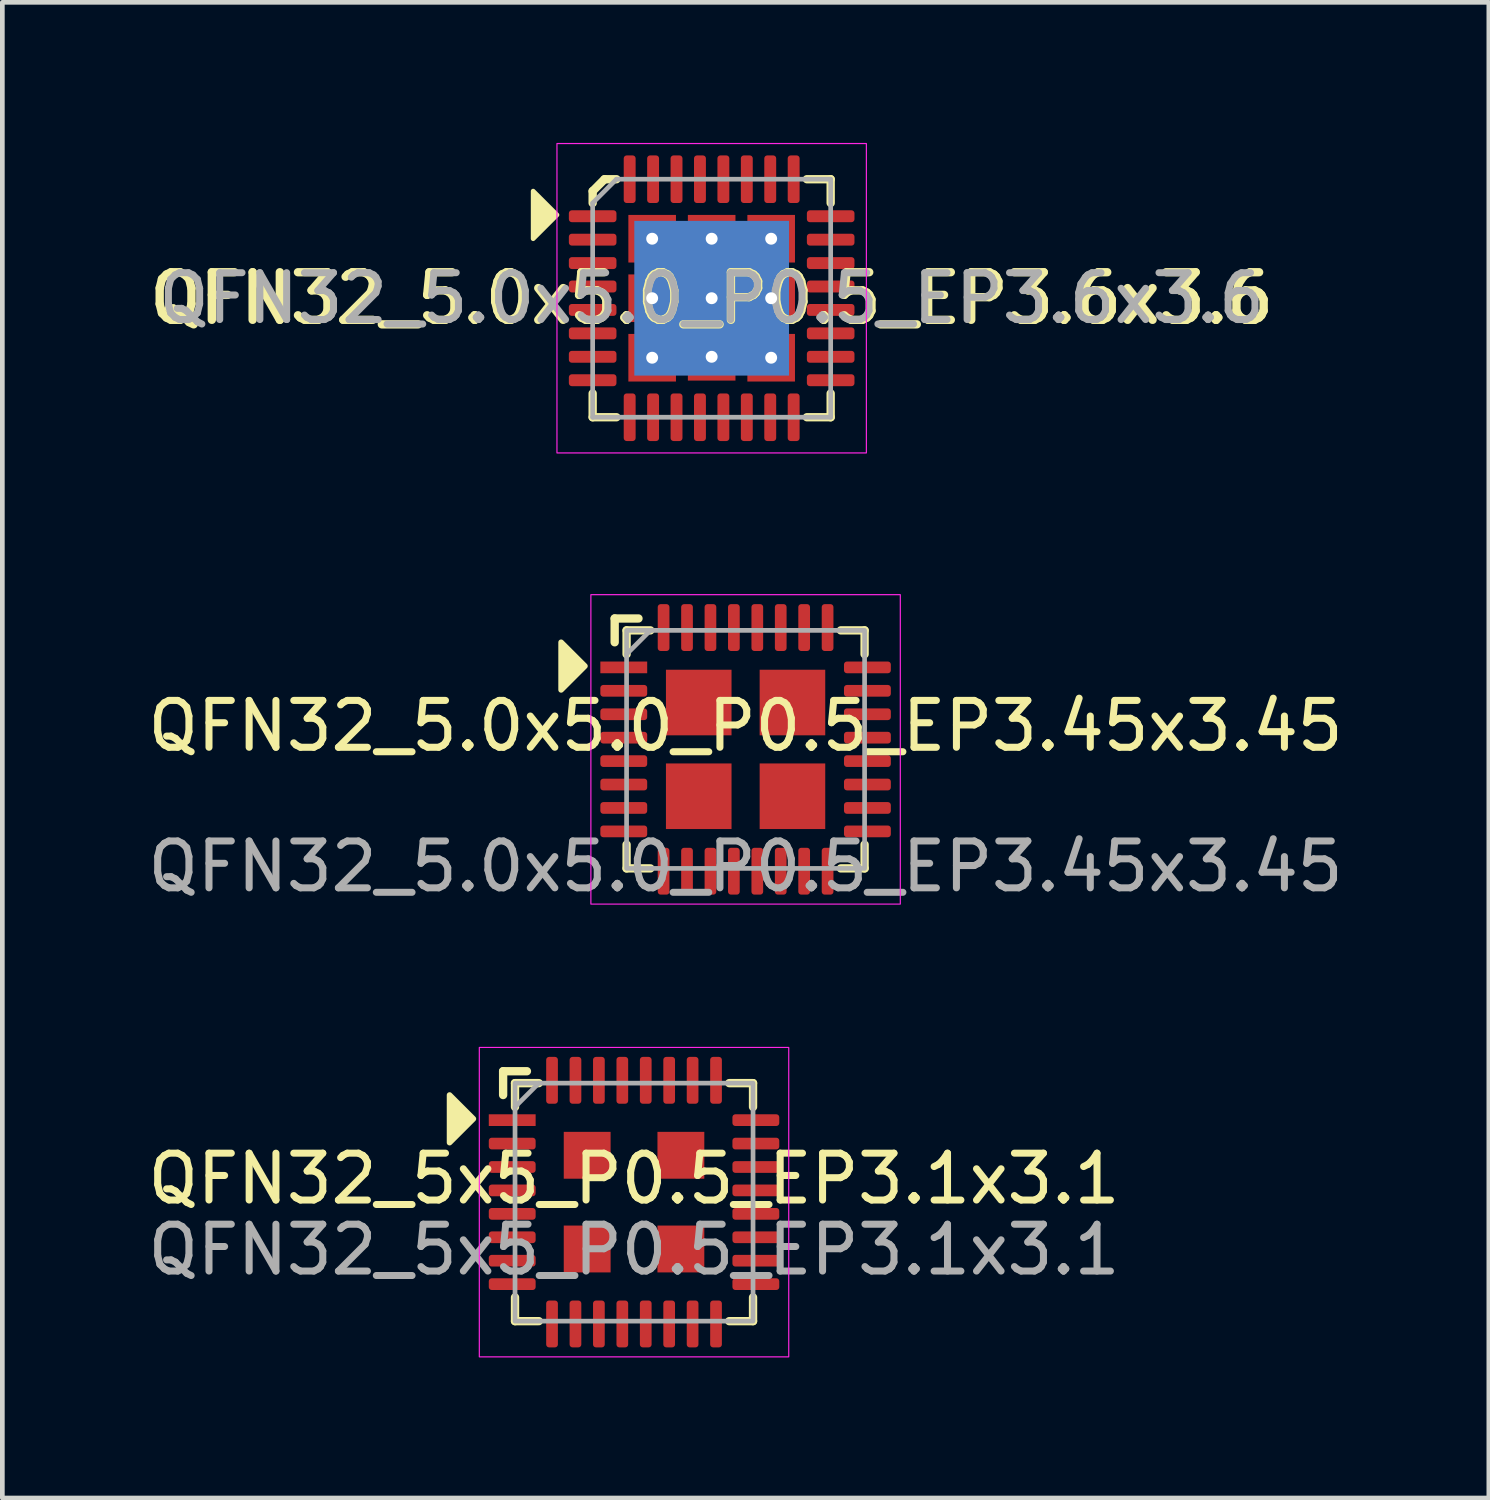
<source format=kicad_pcb>
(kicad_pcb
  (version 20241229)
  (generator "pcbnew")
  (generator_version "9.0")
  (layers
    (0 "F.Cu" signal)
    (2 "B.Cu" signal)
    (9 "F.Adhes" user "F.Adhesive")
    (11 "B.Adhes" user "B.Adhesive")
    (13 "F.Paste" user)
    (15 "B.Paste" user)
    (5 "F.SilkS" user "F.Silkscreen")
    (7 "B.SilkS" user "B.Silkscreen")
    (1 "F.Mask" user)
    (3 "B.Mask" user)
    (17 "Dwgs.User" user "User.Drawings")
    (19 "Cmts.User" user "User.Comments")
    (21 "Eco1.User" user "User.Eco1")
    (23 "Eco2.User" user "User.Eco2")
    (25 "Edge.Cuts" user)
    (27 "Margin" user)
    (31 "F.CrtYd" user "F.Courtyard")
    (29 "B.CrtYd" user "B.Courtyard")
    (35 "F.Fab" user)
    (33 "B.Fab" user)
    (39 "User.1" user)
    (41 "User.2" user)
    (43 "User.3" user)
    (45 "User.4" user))
  (footprint "QFN32_5x5_P0.5_EP3.1x3.1"
    (layer "F.Cu")
    (at 10.482 22.607)
    (property "Reference" "QFN32_5x5_P0.5_EP3.1x3.1" (at 0 -0.5 0) (unlocked yes) (layer "F.SilkS") (effects (font (size 1 1) (thickness 0.15))))
    (fp_line (start -2.794 -2.794) (end -2.286 -2.794) (stroke (width 0.178) (type solid)) (layer "F.SilkS"))
    (fp_line (start -2.794 -2.286) (end -2.794 -2.794) (stroke (width 0.178) (type solid)) (layer "F.SilkS"))
    (fp_line (start -2.54 -2.54) (end -2.032 -2.54) (stroke (width 0.178) (type solid)) (layer "F.SilkS"))
    (fp_line (start -2.54 -2.032) (end -2.54 -2.54) (stroke (width 0.178) (type solid)) (layer "F.SilkS"))
    (fp_line (start -2.54 2.54) (end -2.54 2.032) (stroke (width 0.178) (type solid)) (layer "F.SilkS"))
    (fp_line (start -2.032 2.54) (end -2.54 2.54) (stroke (width 0.178) (type solid)) (layer "F.SilkS"))
    (fp_line (start 2.032 -2.54) (end 2.54 -2.54) (stroke (width 0.178) (type solid)) (layer "F.SilkS"))
    (fp_line (start 2.54 -2.54) (end 2.54 -2.032) (stroke (width 0.178) (type solid)) (layer "F.SilkS"))
    (fp_line (start 2.54 2.032) (end 2.54 2.54) (stroke (width 0.178) (type solid)) (layer "F.SilkS"))
    (fp_line (start 2.54 2.54) (end 2.032 2.54) (stroke (width 0.178) (type solid)) (layer "F.SilkS"))
    (fp_poly (pts (xy -3.429 -1.778) (xy -3.937 -1.27) (xy -3.937 -2.286)) (stroke (width 0.12) (type solid)) (fill yes) (layer "F.SilkS"))
    (fp_rect (start -3.302 -3.302) (end 3.302 3.302) (stroke (width 0.025) (type solid)) (fill no) (layer "F.CrtYd"))
    (fp_line (start -2.54 -2.032) (end -2.032 -2.54) (stroke (width 0.1) (type solid)) (layer "F.Fab"))
    (fp_rect (start -2.54 -2.54) (end 2.54 2.54) (stroke (width 0.1) (type solid)) (fill no) (layer "F.Fab"))
    (fp_text user "${REFERENCE}" (at 0 1.016 0) (unlocked yes) (layer "F.Fab") (effects (font (size 1 1) (thickness 0.15))))
    (pad "1" smd rect (at -2.6 -1.75) (size 1 0.25) (layers "F.Cu" "F.Mask" "F.Paste"))
    (pad "2" smd roundrect (at -2.6 -1.25) (size 1 0.25) (layers "F.Cu" "F.Mask" "F.Paste") (roundrect_rratio 0.25))
    (pad "3" smd roundrect (at -2.6 -0.75) (size 1 0.25) (layers "F.Cu" "F.Mask" "F.Paste") (roundrect_rratio 0.25))
    (pad "4" smd roundrect (at -2.6 -0.25) (size 1 0.25) (layers "F.Cu" "F.Mask" "F.Paste") (roundrect_rratio 0.25))
    (pad "5" smd roundrect (at -2.6 0.25) (size 1 0.25) (layers "F.Cu" "F.Mask" "F.Paste") (roundrect_rratio 0.25))
    (pad "6" smd roundrect (at -2.6 0.75) (size 1 0.25) (layers "F.Cu" "F.Mask" "F.Paste") (roundrect_rratio 0.25))
    (pad "7" smd roundrect (at -2.6 1.25) (size 1 0.25) (layers "F.Cu" "F.Mask" "F.Paste") (roundrect_rratio 0.25))
    (pad "8" smd roundrect (at -2.6 1.75) (size 1 0.25) (layers "F.Cu" "F.Mask" "F.Paste") (roundrect_rratio 0.25))
    (pad "9" smd roundrect (at -1.75 2.6) (size 0.25 1) (layers "F.Cu" "F.Mask" "F.Paste") (roundrect_rratio 0.25))
    (pad "10" smd roundrect (at -1.25 2.6) (size 0.25 1) (layers "F.Cu" "F.Mask" "F.Paste") (roundrect_rratio 0.25))
    (pad "11" smd roundrect (at -0.75 2.6) (size 0.25 1) (layers "F.Cu" "F.Mask" "F.Paste") (roundrect_rratio 0.25))
    (pad "12" smd roundrect (at -0.25 2.6) (size 0.25 1) (layers "F.Cu" "F.Mask" "F.Paste") (roundrect_rratio 0.25))
    (pad "13" smd roundrect (at 0.25 2.6) (size 0.25 1) (layers "F.Cu" "F.Mask" "F.Paste") (roundrect_rratio 0.25))
    (pad "14" smd roundrect (at 0.75 2.6) (size 0.25 1) (layers "F.Cu" "F.Mask" "F.Paste") (roundrect_rratio 0.25))
    (pad "15" smd roundrect (at 1.25 2.6) (size 0.25 1) (layers "F.Cu" "F.Mask" "F.Paste") (roundrect_rratio 0.25))
    (pad "16" smd roundrect (at 1.75 2.6) (size 0.25 1) (layers "F.Cu" "F.Mask" "F.Paste") (roundrect_rratio 0.25))
    (pad "17" smd roundrect (at 2.6 1.75) (size 1 0.25) (layers "F.Cu" "F.Mask" "F.Paste") (roundrect_rratio 0.25))
    (pad "18" smd roundrect (at 2.6 1.25) (size 1 0.25) (layers "F.Cu" "F.Mask" "F.Paste") (roundrect_rratio 0.25))
    (pad "19" smd roundrect (at 2.6 0.75) (size 1 0.25) (layers "F.Cu" "F.Mask" "F.Paste") (roundrect_rratio 0.25))
    (pad "20" smd roundrect (at 2.6 0.25) (size 1 0.25) (layers "F.Cu" "F.Mask" "F.Paste") (roundrect_rratio 0.25))
    (pad "21" smd roundrect (at 2.6 -0.25) (size 1 0.25) (layers "F.Cu" "F.Mask" "F.Paste") (roundrect_rratio 0.25))
    (pad "22" smd roundrect (at 2.6 -0.75) (size 1 0.25) (layers "F.Cu" "F.Mask" "F.Paste") (roundrect_rratio 0.25))
    (pad "23" smd roundrect (at 2.6 -1.25) (size 1 0.25) (layers "F.Cu" "F.Mask" "F.Paste") (roundrect_rratio 0.25))
    (pad "24" smd roundrect (at 2.6 -1.75) (size 1 0.25) (layers "F.Cu" "F.Mask" "F.Paste") (roundrect_rratio 0.25))
    (pad "25" smd roundrect (at 1.75 -2.6) (size 0.25 1) (layers "F.Cu" "F.Mask" "F.Paste") (roundrect_rratio 0.25))
    (pad "26" smd roundrect (at 1.25 -2.6) (size 0.25 1) (layers "F.Cu" "F.Mask" "F.Paste") (roundrect_rratio 0.25))
    (pad "27" smd roundrect (at 0.75 -2.6) (size 0.25 1) (layers "F.Cu" "F.Mask" "F.Paste") (roundrect_rratio 0.25))
    (pad "28" smd roundrect (at 0.25 -2.6) (size 0.25 1) (layers "F.Cu" "F.Mask" "F.Paste") (roundrect_rratio 0.25))
    (pad "29" smd roundrect (at -0.25 -2.6) (size 0.25 1) (layers "F.Cu" "F.Mask" "F.Paste") (roundrect_rratio 0.25))
    (pad "30" smd roundrect (at -0.75 -2.6) (size 0.25 1) (layers "F.Cu" "F.Mask" "F.Paste") (roundrect_rratio 0.25))
    (pad "31" smd roundrect (at -1.25 -2.6) (size 0.25 1) (layers "F.Cu" "F.Mask" "F.Paste") (roundrect_rratio 0.25))
    (pad "32" smd roundrect (at -1.75 -2.6) (size 0.25 1) (layers "F.Cu" "F.Mask" "F.Paste") (roundrect_rratio 0.25))
    (pad "33" smd rect (at -1 -1) (size 1 1) (layers "F.Cu" "F.Mask" "F.Paste"))
    (pad "33" smd rect (at -1 1) (size 1 1) (layers "F.Cu" "F.Mask" "F.Paste"))
    (pad "33" smd rect (at 1 -1) (size 1 1) (layers "F.Cu" "F.Mask" "F.Paste"))
    (pad "33" smd rect (at 1 1) (size 1 1) (layers "F.Cu" "F.Mask" "F.Paste")))
  (footprint "QFN32_5.0x5.0_P0.5_EP3.45x3.45"
    (layer "F.Cu")
    (at 12.863 12.944)
    (property "Reference" "QFN32_5.0x5.0_P0.5_EP3.45x3.45" (at 0 -0.5 0) (unlocked yes) (layer "F.SilkS") (effects (font (size 1 1) (thickness 0.15))))
    (fp_line (start -2.794 -2.794) (end -2.286 -2.794) (stroke (width 0.178) (type solid)) (layer "F.SilkS"))
    (fp_line (start -2.794 -2.286) (end -2.794 -2.794) (stroke (width 0.178) (type solid)) (layer "F.SilkS"))
    (fp_line (start -2.54 -2.54) (end -2.032 -2.54) (stroke (width 0.178) (type solid)) (layer "F.SilkS"))
    (fp_line (start -2.54 -2.032) (end -2.54 -2.54) (stroke (width 0.178) (type solid)) (layer "F.SilkS"))
    (fp_line (start -2.54 2.54) (end -2.54 2.032) (stroke (width 0.178) (type solid)) (layer "F.SilkS"))
    (fp_line (start -2.032 2.54) (end -2.54 2.54) (stroke (width 0.178) (type solid)) (layer "F.SilkS"))
    (fp_line (start 2.032 -2.54) (end 2.54 -2.54) (stroke (width 0.178) (type solid)) (layer "F.SilkS"))
    (fp_line (start 2.54 -2.54) (end 2.54 -2.032) (stroke (width 0.178) (type solid)) (layer "F.SilkS"))
    (fp_line (start 2.54 2.032) (end 2.54 2.54) (stroke (width 0.178) (type solid)) (layer "F.SilkS"))
    (fp_line (start 2.54 2.54) (end 2.032 2.54) (stroke (width 0.178) (type solid)) (layer "F.SilkS"))
    (fp_poly (pts (xy -3.429 -1.778) (xy -3.937 -1.27) (xy -3.937 -2.286)) (stroke (width 0.12) (type solid)) (fill yes) (layer "F.SilkS"))
    (fp_rect (start -3.302 -3.302) (end 3.302 3.302) (stroke (width 0.025) (type solid)) (fill no) (layer "F.CrtYd"))
    (fp_line (start -2.54 -2.032) (end -2.032 -2.54) (stroke (width 0.1) (type solid)) (layer "F.Fab"))
    (fp_rect (start -2.54 -2.54) (end 2.54 2.54) (stroke (width 0.1) (type solid)) (fill no) (layer "F.Fab"))
    (fp_text user "${REFERENCE}" (at 0 2.5 0) (unlocked yes) (layer "F.Fab") (effects (font (size 1 1) (thickness 0.15))))
    (pad "1" smd rect (at -2.6 -1.75) (size 1 0.25) (layers "F.Cu" "F.Mask" "F.Paste"))
    (pad "2" smd roundrect (at -2.6 -1.25) (size 1 0.25) (layers "F.Cu" "F.Mask" "F.Paste") (roundrect_rratio 0.25))
    (pad "3" smd roundrect (at -2.6 -0.75) (size 1 0.25) (layers "F.Cu" "F.Mask" "F.Paste") (roundrect_rratio 0.25))
    (pad "4" smd roundrect (at -2.6 -0.25) (size 1 0.25) (layers "F.Cu" "F.Mask" "F.Paste") (roundrect_rratio 0.25))
    (pad "5" smd roundrect (at -2.6 0.25) (size 1 0.25) (layers "F.Cu" "F.Mask" "F.Paste") (roundrect_rratio 0.25))
    (pad "6" smd roundrect (at -2.6 0.75) (size 1 0.25) (layers "F.Cu" "F.Mask" "F.Paste") (roundrect_rratio 0.25))
    (pad "7" smd roundrect (at -2.6 1.25) (size 1 0.25) (layers "F.Cu" "F.Mask" "F.Paste") (roundrect_rratio 0.25))
    (pad "8" smd roundrect (at -2.6 1.75) (size 1 0.25) (layers "F.Cu" "F.Mask" "F.Paste") (roundrect_rratio 0.25))
    (pad "9" smd roundrect (at -1.75 2.6) (size 0.25 1) (layers "F.Cu" "F.Mask" "F.Paste") (roundrect_rratio 0.25))
    (pad "10" smd roundrect (at -1.25 2.6) (size 0.25 1) (layers "F.Cu" "F.Mask" "F.Paste") (roundrect_rratio 0.25))
    (pad "11" smd roundrect (at -0.75 2.6) (size 0.25 1) (layers "F.Cu" "F.Mask" "F.Paste") (roundrect_rratio 0.25))
    (pad "12" smd roundrect (at -0.25 2.6) (size 0.25 1) (layers "F.Cu" "F.Mask" "F.Paste") (roundrect_rratio 0.25))
    (pad "13" smd roundrect (at 0.25 2.6) (size 0.25 1) (layers "F.Cu" "F.Mask" "F.Paste") (roundrect_rratio 0.25))
    (pad "14" smd roundrect (at 0.75 2.6) (size 0.25 1) (layers "F.Cu" "F.Mask" "F.Paste") (roundrect_rratio 0.25))
    (pad "15" smd roundrect (at 1.25 2.6) (size 0.25 1) (layers "F.Cu" "F.Mask" "F.Paste") (roundrect_rratio 0.25))
    (pad "16" smd roundrect (at 1.75 2.6) (size 0.25 1) (layers "F.Cu" "F.Mask" "F.Paste") (roundrect_rratio 0.25))
    (pad "17" smd roundrect (at 2.6 1.75) (size 1 0.25) (layers "F.Cu" "F.Mask" "F.Paste") (roundrect_rratio 0.25))
    (pad "18" smd roundrect (at 2.6 1.25) (size 1 0.25) (layers "F.Cu" "F.Mask" "F.Paste") (roundrect_rratio 0.25))
    (pad "19" smd roundrect (at 2.6 0.75) (size 1 0.25) (layers "F.Cu" "F.Mask" "F.Paste") (roundrect_rratio 0.25))
    (pad "20" smd roundrect (at 2.6 0.25) (size 1 0.25) (layers "F.Cu" "F.Mask" "F.Paste") (roundrect_rratio 0.25))
    (pad "21" smd roundrect (at 2.6 -0.25) (size 1 0.25) (layers "F.Cu" "F.Mask" "F.Paste") (roundrect_rratio 0.25))
    (pad "22" smd roundrect (at 2.6 -0.75) (size 1 0.25) (layers "F.Cu" "F.Mask" "F.Paste") (roundrect_rratio 0.25))
    (pad "23" smd roundrect (at 2.6 -1.25) (size 1 0.25) (layers "F.Cu" "F.Mask" "F.Paste") (roundrect_rratio 0.25))
    (pad "24" smd roundrect (at 2.6 -1.75) (size 1 0.25) (layers "F.Cu" "F.Mask" "F.Paste") (roundrect_rratio 0.25))
    (pad "25" smd roundrect (at 1.75 -2.6) (size 0.25 1) (layers "F.Cu" "F.Mask" "F.Paste") (roundrect_rratio 0.25))
    (pad "26" smd roundrect (at 1.25 -2.6) (size 0.25 1) (layers "F.Cu" "F.Mask" "F.Paste") (roundrect_rratio 0.25))
    (pad "27" smd roundrect (at 0.75 -2.6) (size 0.25 1) (layers "F.Cu" "F.Mask" "F.Paste") (roundrect_rratio 0.25))
    (pad "28" smd roundrect (at 0.25 -2.6) (size 0.25 1) (layers "F.Cu" "F.Mask" "F.Paste") (roundrect_rratio 0.25))
    (pad "29" smd roundrect (at -0.25 -2.6) (size 0.25 1) (layers "F.Cu" "F.Mask" "F.Paste") (roundrect_rratio 0.25))
    (pad "30" smd roundrect (at -0.75 -2.6) (size 0.25 1) (layers "F.Cu" "F.Mask" "F.Paste") (roundrect_rratio 0.25))
    (pad "31" smd roundrect (at -1.25 -2.6) (size 0.25 1) (layers "F.Cu" "F.Mask" "F.Paste") (roundrect_rratio 0.25))
    (pad "32" smd roundrect (at -1.75 -2.6) (size 0.25 1) (layers "F.Cu" "F.Mask" "F.Paste") (roundrect_rratio 0.25))
    (pad "33" smd rect (at -1 -1) (size 1.4 1.4) (layers "F.Cu" "F.Mask" "F.Paste"))
    (pad "33" smd rect (at -1 1) (size 1.4 1.4) (layers "F.Cu" "F.Mask" "F.Paste"))
    (pad "33" smd rect (at 1 -1) (size 1.4 1.4) (layers "F.Cu" "F.Mask" "F.Paste"))
    (pad "33" smd rect (at 1 1) (size 1.4 1.4) (layers "F.Cu" "F.Mask" "F.Paste")))
  (footprint "QFN32_5.0x5.0_P0.5_EP3.6x3.6"
    (layer "F.Cu")
    (at 12.139 3.315)
    (property "Reference" "QFN32_5.0x5.0_P0.5_EP3.6x3.6" (at 0 0 0) (layer "F.SilkS") (effects (font (size 1.016 1.016) (thickness 0.178))))
    (attr smd)
    (fp_line (start -2.54 -2.286) (end -2.286 -2.54) (stroke (width 0.178) (type solid)) (layer "F.SilkS"))
    (fp_line (start -2.54 -2.032) (end -2.54 -2.286) (stroke (width 0.178) (type solid)) (layer "F.SilkS"))
    (fp_line (start -2.54 2.54) (end -2.54 2.032) (stroke (width 0.178) (type solid)) (layer "F.SilkS"))
    (fp_line (start -2.032 -2.54) (end -2.286 -2.54) (stroke (width 0.178) (type solid)) (layer "F.SilkS"))
    (fp_line (start -2.032 2.54) (end -2.54 2.54) (stroke (width 0.178) (type solid)) (layer "F.SilkS"))
    (fp_line (start 2.032 -2.54) (end 2.54 -2.54) (stroke (width 0.178) (type solid)) (layer "F.SilkS"))
    (fp_line (start 2.54 -2.032) (end 2.54 -2.54) (stroke (width 0.178) (type solid)) (layer "F.SilkS"))
    (fp_line (start 2.54 2.032) (end 2.54 2.54) (stroke (width 0.178) (type solid)) (layer "F.SilkS"))
    (fp_line (start 2.54 2.54) (end 2.032 2.54) (stroke (width 0.178) (type solid)) (layer "F.SilkS"))
    (fp_poly (pts (xy -3.302 -1.778) (xy -3.81 -1.27) (xy -3.81 -2.286)) (stroke (width 0.1) (type solid)) (fill yes) (layer "F.SilkS"))
    (fp_rect (start -3.302 -3.302) (end 3.302 3.302) (stroke (width 0.025) (type solid)) (fill no) (layer "F.CrtYd"))
    (fp_line (start -2.54 -2.032) (end -2.54 2.54) (stroke (width 0.1) (type solid)) (layer "F.Fab"))
    (fp_line (start -2.54 2.54) (end 2.54 2.54) (stroke (width 0.1) (type solid)) (layer "F.Fab"))
    (fp_line (start -2.032 -2.54) (end -2.54 -2.032) (stroke (width 0.1) (type solid)) (layer "F.Fab"))
    (fp_line (start 2.54 -2.54) (end -2.032 -2.54) (stroke (width 0.1) (type solid)) (layer "F.Fab"))
    (fp_line (start 2.54 2.54) (end 2.54 -2.54) (stroke (width 0.1) (type solid)) (layer "F.Fab"))
    (fp_text user "${REFERENCE}" (at 0 0 0) (layer "F.Fab") (effects (font (size 1 1) (thickness 0.15))))
    (pad "1" smd roundrect (at -2.54 -1.75) (size 1.016 0.254) (layers "F.Cu" "F.Mask" "F.Paste") (roundrect_rratio 0.25))
    (pad "2" smd roundrect (at -2.54 -1.25) (size 1.016 0.254) (layers "F.Cu" "F.Mask" "F.Paste") (roundrect_rratio 0.25))
    (pad "3" smd roundrect (at -2.54 -0.75) (size 1.016 0.254) (layers "F.Cu" "F.Mask" "F.Paste") (roundrect_rratio 0.25))
    (pad "4" smd roundrect (at -2.54 -0.25) (size 1.016 0.254) (layers "F.Cu" "F.Mask" "F.Paste") (roundrect_rratio 0.25))
    (pad "5" smd roundrect (at -2.54 0.25) (size 1.016 0.254) (layers "F.Cu" "F.Mask" "F.Paste") (roundrect_rratio 0.25))
    (pad "6" smd roundrect (at -2.54 0.75) (size 1.016 0.254) (layers "F.Cu" "F.Mask" "F.Paste") (roundrect_rratio 0.25))
    (pad "7" smd roundrect (at -2.54 1.25) (size 1.016 0.254) (layers "F.Cu" "F.Mask" "F.Paste") (roundrect_rratio 0.25))
    (pad "8" smd roundrect (at -2.54 1.75) (size 1.016 0.254) (layers "F.Cu" "F.Mask" "F.Paste") (roundrect_rratio 0.25))
    (pad "9" smd roundrect (at -1.75 2.54) (size 0.254 1.016) (layers "F.Cu" "F.Mask" "F.Paste") (roundrect_rratio 0.25))
    (pad "10" smd roundrect (at -1.25 2.54) (size 0.254 1.016) (layers "F.Cu" "F.Mask" "F.Paste") (roundrect_rratio 0.25))
    (pad "11" smd roundrect (at -0.75 2.54) (size 0.254 1.016) (layers "F.Cu" "F.Mask" "F.Paste") (roundrect_rratio 0.25))
    (pad "12" smd roundrect (at -0.25 2.54) (size 0.254 1.016) (layers "F.Cu" "F.Mask" "F.Paste") (roundrect_rratio 0.25))
    (pad "13" smd roundrect (at 0.25 2.54) (size 0.254 1.016) (layers "F.Cu" "F.Mask" "F.Paste") (roundrect_rratio 0.25))
    (pad "14" smd roundrect (at 0.75 2.54) (size 0.254 1.016) (layers "F.Cu" "F.Mask" "F.Paste") (roundrect_rratio 0.25))
    (pad "15" smd roundrect (at 1.25 2.54) (size 0.254 1.016) (layers "F.Cu" "F.Mask" "F.Paste") (roundrect_rratio 0.25))
    (pad "16" smd roundrect (at 1.75 2.54) (size 0.254 1.016) (layers "F.Cu" "F.Mask" "F.Paste") (roundrect_rratio 0.25))
    (pad "17" smd roundrect (at 2.54 1.75) (size 1.016 0.254) (layers "F.Cu" "F.Mask" "F.Paste") (roundrect_rratio 0.25))
    (pad "18" smd roundrect (at 2.54 1.25) (size 1.016 0.254) (layers "F.Cu" "F.Mask" "F.Paste") (roundrect_rratio 0.25))
    (pad "19" smd roundrect (at 2.54 0.75) (size 1.016 0.254) (layers "F.Cu" "F.Mask" "F.Paste") (roundrect_rratio 0.25))
    (pad "20" smd roundrect (at 2.54 0.25) (size 1.016 0.254) (layers "F.Cu" "F.Mask" "F.Paste") (roundrect_rratio 0.25))
    (pad "21" smd roundrect (at 2.54 -0.25) (size 1.016 0.254) (layers "F.Cu" "F.Mask" "F.Paste") (roundrect_rratio 0.25))
    (pad "22" smd roundrect (at 2.54 -0.75) (size 1.016 0.254) (layers "F.Cu" "F.Mask" "F.Paste") (roundrect_rratio 0.25))
    (pad "23" smd roundrect (at 2.54 -1.25) (size 1.016 0.254) (layers "F.Cu" "F.Mask" "F.Paste") (roundrect_rratio 0.25))
    (pad "24" smd roundrect (at 2.54 -1.75) (size 1.016 0.254) (layers "F.Cu" "F.Mask" "F.Paste") (roundrect_rratio 0.25))
    (pad "25" smd roundrect (at 1.75 -2.54) (size 0.254 1.016) (layers "F.Cu" "F.Mask" "F.Paste") (roundrect_rratio 0.25))
    (pad "26" smd roundrect (at 1.25 -2.54) (size 0.254 1.016) (layers "F.Cu" "F.Mask" "F.Paste") (roundrect_rratio 0.25))
    (pad "27" smd roundrect (at 0.75 -2.54) (size 0.254 1.016) (layers "F.Cu" "F.Mask" "F.Paste") (roundrect_rratio 0.25))
    (pad "28" smd roundrect (at 0.25 -2.54) (size 0.254 1.016) (layers "F.Cu" "F.Mask" "F.Paste") (roundrect_rratio 0.25))
    (pad "29" smd roundrect (at -0.25 -2.54) (size 0.254 1.016) (layers "F.Cu" "F.Mask" "F.Paste") (roundrect_rratio 0.25))
    (pad "30" smd roundrect (at -0.75 -2.54) (size 0.254 1.016) (layers "F.Cu" "F.Mask" "F.Paste") (roundrect_rratio 0.25))
    (pad "31" smd roundrect (at -1.25 -2.54) (size 0.254 1.016) (layers "F.Cu" "F.Mask" "F.Paste") (roundrect_rratio 0.25))
    (pad "32" smd roundrect (at -1.75 -2.54) (size 0.254 1.016) (layers "F.Cu" "F.Mask" "F.Paste") (roundrect_rratio 0.25))
    (pad "33" thru_hole circle (at -1.27 -1.27) (size 0.635 0.635) (drill 0.254) (layers "*.Cu"))
    (pad "33" smd rect (at -1.27 -1.27) (size 1.016 1.016) (layers "F.Cu" "F.Mask" "F.Paste"))
    (pad "33" thru_hole circle (at -1.27 0) (size 0.635 0.635) (drill 0.254) (layers "*.Cu"))
    (pad "33" smd rect (at -1.27 0) (size 1.016 1.016) (layers "F.Cu" "F.Mask" "F.Paste"))
    (pad "33" thru_hole circle (at -1.27 1.27) (size 0.635 0.635) (drill 0.254) (layers "*.Cu"))
    (pad "33" smd rect (at -1.27 1.27) (size 1.016 1.016) (layers "F.Cu" "F.Mask" "F.Paste"))
    (pad "33" thru_hole circle (at 0 -1.27) (size 0.635 0.635) (drill 0.254) (layers "*.Cu"))
    (pad "33" smd rect (at 0 -1.27) (size 1.016 1.016) (layers "F.Cu" "F.Mask" "F.Paste"))
    (pad "33" thru_hole circle (at 0 0) (size 0.635 0.635) (drill 0.254) (layers "*.Cu"))
    (pad "33" smd rect (at 0 0) (size 1.016 1.016) (layers "F.Cu" "F.Mask" "F.Paste"))
    (pad "33" smd rect (at 0 0) (size 3.302 3.302) (layers "B.Cu"))
    (pad "33" thru_hole circle (at 0 1.25) (size 0.635 0.635) (drill 0.254) (layers "*.Cu"))
    (pad "33" smd rect (at 0 1.25) (size 1.016 1.016) (layers "F.Cu" "F.Mask" "F.Paste"))
    (pad "33" thru_hole circle (at 1.27 -1.27) (size 0.635 0.635) (drill 0.254) (layers "*.Cu"))
    (pad "33" smd rect (at 1.27 -1.27) (size 1.016 1.016) (layers "F.Cu" "F.Mask" "F.Paste"))
    (pad "33" thru_hole circle (at 1.27 0) (size 0.635 0.635) (drill 0.254) (layers "*.Cu"))
    (pad "33" smd rect (at 1.27 0) (size 1.016 1.016) (layers "F.Cu" "F.Mask" "F.Paste"))
    (pad "33" thru_hole circle (at 1.27 1.27) (size 0.635 0.635) (drill 0.254) (layers "*.Cu"))
    (pad "33" smd rect (at 1.27 1.27) (size 1.016 1.016) (layers "F.Cu" "F.Mask" "F.Paste")))
  (gr_rect
    (start -3 -3)
    (end 28.726 28.922)
    (stroke (width 0.1) (type default))
    (fill no)
    (layer "Edge.Cuts")))
</source>
